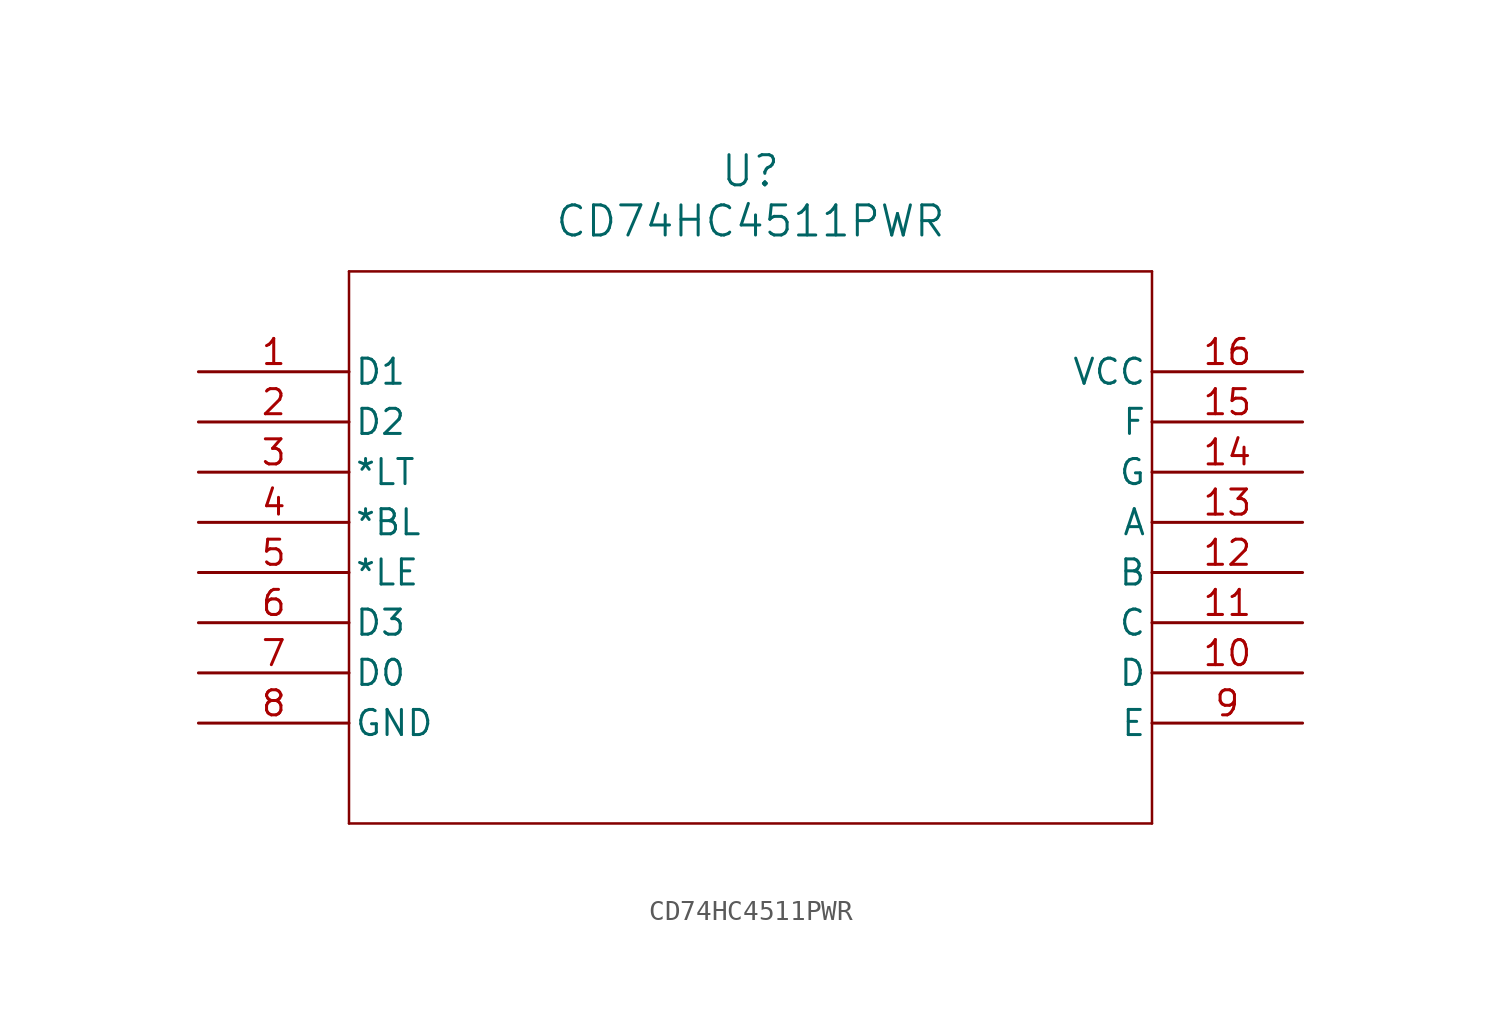
<source format=kicad_sym>
(kicad_symbol_lib
  (version 20211014)
  (generator kicad_symbol_editor)
  (symbol "CD74HC4511PWR"
    (pin_names
      (offset 0.254))
    (property "Reference" "U"
      (at 27.94 10.16 0)
      (effects (font (size 1.524 1.524))))
    (property "Value" "CD74HC4511PWR"
      (at 27.94 7.62 0)
      (effects (font (size 1.524 1.524))))
    (symbol "CD74HC4511PWR_0_1"
      (polyline (pts (xy 7.62 5.08) (xy 7.62 -22.86)) (stroke (width 0.127) (type default) (color 0 0 0 0)) (fill (type none)))
      (polyline (pts (xy 7.62 -22.86) (xy 48.26 -22.86)) (stroke (width 0.127) (type default) (color 0 0 0 0)) (fill (type none)))
      (polyline (pts (xy 48.26 -22.86) (xy 48.26 5.08)) (stroke (width 0.127) (type default) (color 0 0 0 0)) (fill (type none)))
      (polyline (pts (xy 48.26 5.08) (xy 7.62 5.08)) (stroke (width 0.127) (type default) (color 0 0 0 0)) (fill (type none)))
      (pin input line (at 0 0 0) (length 7.62) (name "D1" (effects (font (size 1.27 1.27)))) (number "1" (effects (font (size 1.27 1.27)))))
      (pin input line (at 0 -2.54 0) (length 7.62) (name "D2" (effects (font (size 1.27 1.27)))) (number "2" (effects (font (size 1.27 1.27)))))
      (pin input line (at 0 -5.08 0) (length 7.62) (name "*LT" (effects (font (size 1.27 1.27)))) (number "3" (effects (font (size 1.27 1.27)))))
      (pin input line (at 0 -7.62 0) (length 7.62) (name "*BL" (effects (font (size 1.27 1.27)))) (number "4" (effects (font (size 1.27 1.27)))))
      (pin input line (at 0 -10.16 0) (length 7.62) (name "*LE" (effects (font (size 1.27 1.27)))) (number "5" (effects (font (size 1.27 1.27)))))
      (pin input line (at 0 -12.7 0) (length 7.62) (name "D3" (effects (font (size 1.27 1.27)))) (number "6" (effects (font (size 1.27 1.27)))))
      (pin input line (at 0 -15.24 0) (length 7.62) (name "D0" (effects (font (size 1.27 1.27)))) (number "7" (effects (font (size 1.27 1.27)))))
      (pin power_in line (at 0 -17.78 0) (length 7.62) (name "GND" (effects (font (size 1.27 1.27)))) (number "8" (effects (font (size 1.27 1.27)))))
      (pin output line (at 55.88 -17.78 180) (length 7.62) (name "E" (effects (font (size 1.27 1.27)))) (number "9" (effects (font (size 1.27 1.27)))))
      (pin output line (at 55.88 -15.24 180) (length 7.62) (name "D" (effects (font (size 1.27 1.27)))) (number "10" (effects (font (size 1.27 1.27)))))
      (pin output line (at 55.88 -12.7 180) (length 7.62) (name "C" (effects (font (size 1.27 1.27)))) (number "11" (effects (font (size 1.27 1.27)))))
      (pin output line (at 55.88 -10.16 180) (length 7.62) (name "B" (effects (font (size 1.27 1.27)))) (number "12" (effects (font (size 1.27 1.27)))))
      (pin output line (at 55.88 -7.62 180) (length 7.62) (name "A" (effects (font (size 1.27 1.27)))) (number "13" (effects (font (size 1.27 1.27)))))
      (pin output line (at 55.88 -5.08 180) (length 7.62) (name "G" (effects (font (size 1.27 1.27)))) (number "14" (effects (font (size 1.27 1.27)))))
      (pin output line (at 55.88 -2.54 180) (length 7.62) (name "F" (effects (font (size 1.27 1.27)))) (number "15" (effects (font (size 1.27 1.27)))))
      (pin power_in line (at 55.88 0 180) (length 7.62) (name "VCC" (effects (font (size 1.27 1.27)))) (number "16" (effects (font (size 1.27 1.27))))))))
</source>
